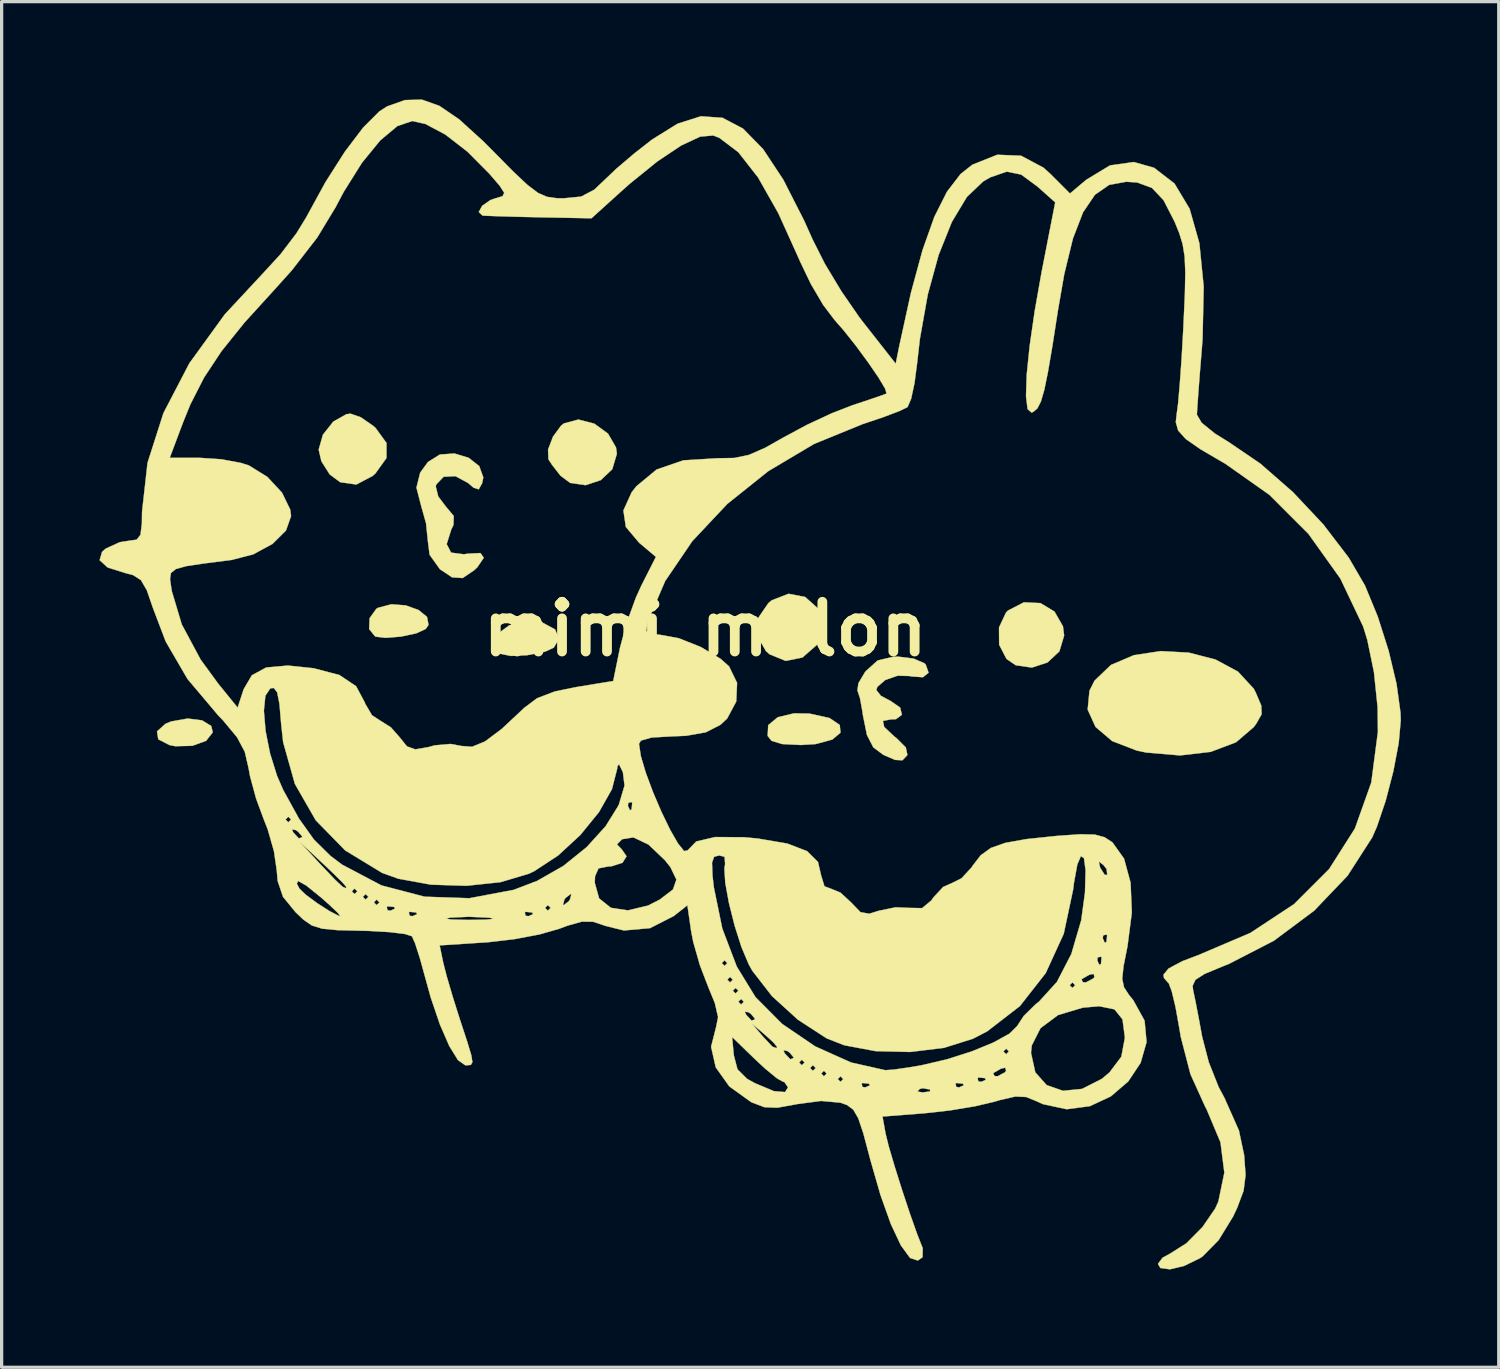
<source format=kicad_pcb>
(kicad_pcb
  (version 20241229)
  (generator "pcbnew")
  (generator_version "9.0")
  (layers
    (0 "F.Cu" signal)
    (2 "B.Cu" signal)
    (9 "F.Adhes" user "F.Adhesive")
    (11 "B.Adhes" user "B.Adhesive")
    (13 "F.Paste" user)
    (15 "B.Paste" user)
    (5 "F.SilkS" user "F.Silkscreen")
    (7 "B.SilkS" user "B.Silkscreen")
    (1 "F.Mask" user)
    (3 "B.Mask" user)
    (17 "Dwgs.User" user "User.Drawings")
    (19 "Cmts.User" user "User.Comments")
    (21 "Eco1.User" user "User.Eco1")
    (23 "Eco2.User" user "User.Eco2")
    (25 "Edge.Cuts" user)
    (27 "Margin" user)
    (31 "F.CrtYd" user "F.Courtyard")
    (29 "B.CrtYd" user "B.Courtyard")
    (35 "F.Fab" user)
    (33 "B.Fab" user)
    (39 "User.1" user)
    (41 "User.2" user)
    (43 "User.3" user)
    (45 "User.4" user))
  (footprint "mimi_melon"
    (layer "F.Cu")
    (at 18.576 16.24)
    (property "Reference" "mimi_melon" (at 0 0 0) (layer "F.SilkS") (effects (font (size 1.524 1.524) (thickness 0.3))))
    (attr through_hole)
    (fp_poly (pts (xy -15.428 2.801) (xy -15.148 2.974) (xy -15.102 3.169) (xy -15.306 3.428) (xy -15.727 3.581) (xy -16.249 3.593) (xy -16.425 3.56) (xy -16.772 3.382) (xy -16.812 3.14) (xy -16.551 2.906) (xy -16.376 2.834) (xy -15.87 2.745) (xy -15.428 2.801)) (stroke (width 0.01) (type solid)) (fill yes) (layer "F.SilkS"))
    (fp_poly (pts (xy 3.196 2.593) (xy 3.812 2.729) (xy 4.125 2.94) (xy 4.15 3.177) (xy 3.899 3.389) (xy 3.386 3.528) (xy 2.937 3.556) (xy 2.356 3.527) (xy 2.035 3.428) (xy 1.915 3.278) (xy 1.932 2.948) (xy 2.222 2.706) (xy 2.724 2.585) (xy 3.196 2.593)) (stroke (width 0.01) (type solid)) (fill yes) (layer "F.SilkS"))
    (fp_poly (pts (xy -9.182 -0.725) (xy -8.79 -0.583) (xy -8.531 -0.372) (xy -8.485 -0.128) (xy -8.571 -0.002) (xy -8.86 0.132) (xy -9.324 0.231) (xy -9.801 0.271) (xy -10.118 0.232) (xy -10.306 0.002) (xy -10.291 -0.333) (xy -10.088 -0.618) (xy -10.033 -0.651) (xy -9.623 -0.759) (xy -9.182 -0.725)) (stroke (width 0.01) (type solid)) (fill yes) (layer "F.SilkS"))
    (fp_poly (pts (xy -5.045 -0.212) (xy -4.995 -0.199) (xy -4.604 0.012) (xy -4.482 0.298) (xy -4.641 0.568) (xy -4.911 0.695) (xy -5.458 0.802) (xy -5.958 0.825) (xy -6.285 0.76) (xy -6.322 0.734) (xy -6.464 0.424) (xy -6.338 0.127) (xy -6.014 -0.111) (xy -5.56 -0.24) (xy -5.045 -0.212)) (stroke (width 0.01) (type solid)) (fill yes) (layer "F.SilkS"))
    (fp_poly (pts (xy 10.28 -0.795) (xy 10.711 -0.536) (xy 10.971 -0.083) (xy 11.007 0.199) (xy 10.862 0.684) (xy 10.498 1.025) (xy 10.017 1.182) (xy 9.523 1.11) (xy 9.241 0.919) (xy 9.014 0.481) (xy 9.01 -0.047) (xy 9.224 -0.504) (xy 9.284 -0.566) (xy 9.773 -0.819) (xy 10.28 -0.795)) (stroke (width 0.01) (type solid)) (fill yes) (layer "F.SilkS"))
    (fp_poly (pts (xy 3.065 -0.983) (xy 3.48 -0.613) (xy 3.587 -0.422) (xy 3.691 -0.067) (xy 3.589 0.254) (xy 3.442 0.471) (xy 2.982 0.873) (xy 2.467 0.977) (xy 1.971 0.773) (xy 1.863 0.677) (xy 1.585 0.196) (xy 1.613 -0.323) (xy 1.938 -0.796) (xy 2.041 -0.881) (xy 2.554 -1.081) (xy 3.065 -0.983)) (stroke (width 0.01) (type solid)) (fill yes) (layer "F.SilkS"))
    (fp_poly (pts (xy -10.563 -6.495) (xy -10.174 -6.225) (xy -10.109 -6.167) (xy -9.773 -5.704) (xy -9.775 -5.243) (xy -10.113 -4.772) (xy -10.193 -4.699) (xy -10.698 -4.432) (xy -11.192 -4.502) (xy -11.515 -4.741) (xy -11.771 -5.145) (xy -11.853 -5.503) (xy -11.723 -5.96) (xy -11.405 -6.361) (xy -11.004 -6.588) (xy -10.878 -6.604) (xy -10.563 -6.495)) (stroke (width 0.01) (type solid)) (fill yes) (layer "F.SilkS"))
    (fp_poly (pts (xy -3.402 -6.299) (xy -2.981 -5.993) (xy -2.735 -5.568) (xy -2.709 -5.375) (xy -2.85 -4.9) (xy -3.204 -4.566) (xy -3.669 -4.412) (xy -4.141 -4.481) (xy -4.435 -4.699) (xy -4.692 -5.028) (xy -4.808 -5.204) (xy -4.819 -5.504) (xy -4.667 -5.901) (xy -4.418 -6.239) (xy -4.335 -6.305) (xy -3.889 -6.424) (xy -3.402 -6.299)) (stroke (width 0.01) (type solid)) (fill yes) (layer "F.SilkS"))
    (fp_poly (pts (xy 14.831 0.724) (xy 15.647 0.935) (xy 16.337 1.305) (xy 16.82 1.828) (xy 16.879 1.94) (xy 17.053 2.347) (xy 17.063 2.614) (xy 16.899 2.902) (xy 16.822 3.007) (xy 16.279 3.472) (xy 15.504 3.766) (xy 14.565 3.876) (xy 13.529 3.788) (xy 13.229 3.725) (xy 12.479 3.435) (xy 11.97 3.002) (xy 11.729 2.472) (xy 11.784 1.891) (xy 11.939 1.584) (xy 12.443 1.101) (xy 13.148 0.801) (xy 13.971 0.677) (xy 14.831 0.724)) (stroke (width 0.01) (type solid)) (fill yes) (layer "F.SilkS"))
    (fp_poly (pts (xy -7.256 -5.252) (xy -6.93 -4.996) (xy -6.805 -4.651) (xy -6.841 -4.471) (xy -6.945 -4.284) (xy -7.103 -4.334) (xy -7.272 -4.479) (xy -7.659 -4.688) (xy -8.022 -4.669) (xy -8.246 -4.435) (xy -8.263 -4.374) (xy -8.187 -4.065) (xy -7.954 -3.757) (xy -7.711 -3.466) (xy -7.72 -3.194) (xy -7.788 -3.051) (xy -7.928 -2.604) (xy -7.793 -2.343) (xy -7.4 -2.292) (xy -7.288 -2.31) (xy -6.893 -2.33) (xy -6.79 -2.185) (xy -6.988 -1.895) (xy -7.083 -1.804) (xy -7.437 -1.564) (xy -7.763 -1.586) (xy -8.136 -1.835) (xy -8.452 -2.278) (xy -8.504 -2.688) (xy -8.561 -3.244) (xy -8.71 -3.774) (xy -8.855 -4.335) (xy -8.741 -4.794) (xy -8.503 -5.122) (xy -8.136 -5.352) (xy -7.689 -5.383) (xy -7.256 -5.252)) (stroke (width 0.01) (type solid)) (fill yes) (layer "F.SilkS"))
    (fp_poly (pts (xy 6.391 0.906) (xy 6.726 1.052) (xy 6.761 1.086) (xy 6.85 1.339) (xy 6.677 1.478) (xy 6.309 1.452) (xy 6.27 1.441) (xy 5.9 1.431) (xy 5.522 1.563) (xy 5.277 1.775) (xy 5.249 1.873) (xy 5.39 2.049) (xy 5.686 2.207) (xy 5.978 2.408) (xy 6.032 2.629) (xy 5.848 2.765) (xy 5.697 2.77) (xy 5.45 2.817) (xy 5.489 3.003) (xy 5.806 3.301) (xy 5.868 3.347) (xy 6.152 3.631) (xy 6.2 3.862) (xy 6.196 3.869) (xy 6.048 4.025) (xy 5.823 4.013) (xy 5.465 3.859) (xy 5.156 3.63) (xy 4.96 3.25) (xy 4.834 2.631) (xy 4.821 2.531) (xy 4.747 2.121) (xy 4.667 1.879) (xy 4.699 1.66) (xy 4.899 1.324) (xy 4.925 1.29) (xy 5.29 0.963) (xy 5.774 0.85) (xy 5.918 0.847) (xy 6.391 0.906)) (stroke (width 0.01) (type solid)) (fill yes) (layer "F.SilkS"))
    (fp_poly (pts (xy -8.154 -16.045) (xy -7.547 -15.631) (xy -6.818 -14.969) (xy -6.483 -14.633) (xy -5.88 -14.023) (xy -5.449 -13.618) (xy -5.127 -13.375) (xy -4.852 -13.254) (xy -4.562 -13.212) (xy -4.355 -13.208) (xy -3.806 -13.261) (xy -3.401 -13.473) (xy -3.122 -13.739) (xy -2.724 -14.117) (xy -2.174 -14.585) (xy -1.632 -15.009) (xy -0.847 -15.497) (xy -0.132 -15.724) (xy 0.531 -15.677) (xy 1.16 -15.346) (xy 1.775 -14.718) (xy 2.393 -13.783) (xy 3.032 -12.528) (xy 3.298 -11.936) (xy 3.67 -11.199) (xy 4.173 -10.363) (xy 4.711 -9.582) (xy 4.842 -9.41) (xy 5.842 -8.137) (xy 5.952 -8.683) (xy 6.307 -10.303) (xy 6.662 -11.612) (xy 7.026 -12.638) (xy 7.413 -13.409) (xy 7.831 -13.953) (xy 8.191 -14.238) (xy 8.956 -14.544) (xy 9.688 -14.514) (xy 10.373 -14.148) (xy 10.583 -13.959) (xy 11.186 -13.356) (xy 11.685 -13.776) (xy 12.412 -14.217) (xy 13.143 -14.321) (xy 13.765 -14.145) (xy 14.391 -13.662) (xy 14.855 -12.888) (xy 15.154 -11.831) (xy 15.287 -10.498) (xy 15.252 -8.897) (xy 15.231 -8.618) (xy 15.169 -7.855) (xy 15.119 -7.199) (xy 15.087 -6.736) (xy 15.078 -6.574) (xy 15.222 -6.327) (xy 15.628 -5.997) (xy 16.044 -5.739) (xy 17.025 -5.072) (xy 18.023 -4.199) (xy 18.955 -3.208) (xy 19.735 -2.188) (xy 20.234 -1.331) (xy 20.625 -0.38) (xy 20.958 0.665) (xy 21.201 1.685) (xy 21.322 2.564) (xy 21.33 2.794) (xy 21.268 3.491) (xy 21.103 4.36) (xy 20.869 5.261) (xy 20.6 6.057) (xy 20.454 6.391) (xy 19.699 7.565) (xy 18.672 8.64) (xy 17.437 9.56) (xy 16.059 10.27) (xy 15.864 10.347) (xy 15.318 10.574) (xy 15.034 10.755) (xy 14.947 10.941) (xy 14.963 11.077) (xy 15.037 11.427) (xy 15.143 11.98) (xy 15.239 12.502) (xy 15.442 13.282) (xy 15.745 14.046) (xy 15.922 14.375) (xy 16.367 15.378) (xy 16.527 16.134) (xy 16.571 16.744) (xy 16.51 17.226) (xy 16.312 17.753) (xy 16.186 18.02) (xy 15.745 18.739) (xy 15.255 19.238) (xy 15.17 19.295) (xy 14.685 19.531) (xy 14.251 19.635) (xy 13.958 19.595) (xy 13.885 19.469) (xy 14.024 19.281) (xy 14.266 19.148) (xy 14.756 18.837) (xy 15.253 18.335) (xy 15.641 17.769) (xy 15.737 17.557) (xy 15.92 16.671) (xy 15.802 15.741) (xy 15.376 14.728) (xy 15.337 14.658) (xy 14.881 13.652) (xy 14.585 12.51) (xy 14.537 12.229) (xy 14.423 11.593) (xy 14.308 11.11) (xy 14.212 10.857) (xy 14.187 10.837) (xy 14.068 10.701) (xy 14.055 10.597) (xy 14.21 10.41) (xy 14.636 10.184) (xy 15.113 10.003) (xy 16.717 9.32) (xy 18.06 8.435) (xy 19.132 7.363) (xy 19.924 6.117) (xy 20.426 4.708) (xy 20.629 3.152) (xy 20.62 2.401) (xy 20.508 1.322) (xy 20.305 0.336) (xy 20.177 -0.078) (xy 19.477 -1.549) (xy 18.499 -2.918) (xy 17.302 -4.115) (xy 15.945 -5.072) (xy 15.888 -5.104) (xy 15.185 -5.515) (xy 14.739 -5.826) (xy 14.504 -6.086) (xy 14.431 -6.344) (xy 14.458 -6.588) (xy 14.502 -6.918) (xy 14.553 -7.507) (xy 14.608 -8.278) (xy 14.658 -9.152) (xy 14.666 -9.313) (xy 14.709 -10.252) (xy 14.723 -10.928) (xy 14.703 -11.42) (xy 14.641 -11.804) (xy 14.532 -12.155) (xy 14.393 -12.495) (xy 14.057 -13.149) (xy 13.7 -13.528) (xy 13.248 -13.694) (xy 12.912 -13.716) (xy 12.389 -13.621) (xy 11.951 -13.317) (xy 11.586 -12.778) (xy 11.277 -11.976) (xy 11.011 -10.886) (xy 10.817 -9.771) (xy 10.648 -8.685) (xy 10.512 -7.888) (xy 10.399 -7.334) (xy 10.294 -6.976) (xy 10.188 -6.767) (xy 10.067 -6.663) (xy 10.007 -6.637) (xy 9.886 -6.744) (xy 9.838 -7.144) (xy 9.86 -7.804) (xy 9.95 -8.686) (xy 10.105 -9.755) (xy 10.321 -10.976) (xy 10.35 -11.121) (xy 10.733 -13.084) (xy 10.19 -13.569) (xy 9.689 -13.937) (xy 9.247 -14.027) (xy 8.744 -13.853) (xy 8.528 -13.729) (xy 8.026 -13.253) (xy 7.564 -12.485) (xy 7.158 -11.471) (xy 6.825 -10.257) (xy 6.582 -8.888) (xy 6.5 -8.164) (xy 6.419 -7.545) (xy 6.315 -7.061) (xy 6.207 -6.81) (xy 6.199 -6.802) (xy 5.953 -6.684) (xy 5.481 -6.505) (xy 4.881 -6.302) (xy 4.826 -6.284) (xy 3.336 -5.675) (xy 1.936 -4.843) (xy 0.676 -3.835) (xy -0.396 -2.695) (xy -1.228 -1.471) (xy -1.77 -0.212) (xy -1.807 0.062) (xy -1.632 0.162) (xy -1.408 0.173) (xy -0.811 0.282) (xy -0.131 0.553) (xy 0.471 0.913) (xy 0.732 1.146) (xy 0.977 1.651) (xy 0.952 2.222) (xy 0.673 2.745) (xy 0.468 2.936) (xy 0.021 3.166) (xy -0.586 3.274) (xy -1.013 3.291) (xy -1.645 3.327) (xy -1.97 3.42) (xy -2.031 3.519) (xy -1.974 3.896) (xy -1.82 4.414) (xy -1.599 5.006) (xy -1.341 5.608) (xy -1.077 6.153) (xy -0.835 6.575) (xy -0.647 6.809) (xy -0.542 6.79) (xy -0.273 6.514) (xy 0.305 6.379) (xy 1.19 6.385) (xy 1.61 6.424) (xy 2.517 6.578) (xy 3.123 6.811) (xy 3.458 7.142) (xy 3.556 7.562) (xy 3.657 7.89) (xy 3.846 7.959) (xy 4.147 8.083) (xy 4.473 8.382) (xy 4.483 8.393) (xy 4.761 8.682) (xy 5.03 8.731) (xy 5.323 8.64) (xy 5.836 8.534) (xy 6.27 8.552) (xy 6.652 8.559) (xy 6.935 8.323) (xy 7.007 8.221) (xy 7.298 7.909) (xy 7.582 7.783) (xy 7.859 7.645) (xy 8.164 7.316) (xy 8.213 7.243) (xy 8.453 6.934) (xy 8.762 6.713) (xy 9.205 6.557) (xy 9.85 6.442) (xy 10.764 6.346) (xy 10.813 6.342) (xy 11.502 6.294) (xy 11.95 6.304) (xy 12.248 6.385) (xy 12.489 6.543) (xy 12.844 7.04) (xy 13.045 7.78) (xy 13.083 8.697) (xy 12.95 9.728) (xy 12.949 9.733) (xy 12.828 10.342) (xy 12.788 10.725) (xy 12.843 10.986) (xy 13.002 11.229) (xy 13.127 11.381) (xy 13.474 12.01) (xy 13.535 12.666) (xy 13.353 13.303) (xy 12.973 13.874) (xy 12.439 14.332) (xy 11.795 14.632) (xy 11.085 14.726) (xy 10.354 14.569) (xy 10.177 14.487) (xy 9.844 14.351) (xy 9.513 14.336) (xy 9.043 14.443) (xy 8.873 14.494) (xy 8.274 14.635) (xy 7.504 14.763) (xy 6.74 14.848) (xy 5.437 14.95) (xy 5.532 15.476) (xy 5.629 15.868) (xy 5.808 16.475) (xy 6.034 17.193) (xy 6.275 17.919) (xy 6.497 18.548) (xy 6.666 18.978) (xy 6.67 18.986) (xy 6.665 19.265) (xy 6.519 19.365) (xy 6.281 19.285) (xy 6.002 18.903) (xy 5.695 18.252) (xy 5.377 17.363) (xy 5.062 16.269) (xy 5.036 16.169) (xy 4.846 15.454) (xy 4.693 15.001) (xy 4.54 14.738) (xy 4.35 14.597) (xy 4.147 14.525) (xy 3.555 14.471) (xy 2.8 14.571) (xy 2.782 14.576) (xy 2.212 14.679) (xy 1.813 14.663) (xy 1.434 14.519) (xy 1.4 14.501) (xy 0.739 14.026) (xy 0.323 13.441) (xy 0.18 12.809) (xy 0.257 12.509) (xy 0.824 12.509) (xy 0.877 13.07) (xy 0.989 13.5) (xy 1.286 13.795) (xy 1.524 13.927) (xy 2.109 14.172) (xy 2.449 14.2) (xy 2.459 14.184) (xy 6.508 14.184) (xy 6.675 14.211) (xy 6.894 14.179) (xy 6.897 14.122) (xy 6.67 14.081) (xy 6.572 14.108) (xy 6.508 14.184) (xy 2.459 14.184) (xy 2.54 14.055) (xy 2.462 13.942) (xy 4.798 13.942) (xy 4.821 14.042) (xy 4.911 14.055) (xy 5.05 13.993) (xy 5.024 13.942) (xy 7.676 13.942) (xy 7.7 14.042) (xy 7.789 14.055) (xy 7.929 13.993) (xy 7.902 13.942) (xy 7.701 13.922) (xy 7.676 13.942) (xy 5.024 13.942) (xy 4.823 13.922) (xy 4.798 13.942) (xy 2.462 13.942) (xy 2.426 13.89) (xy 2.391 13.885) (xy 2.242 13.801) (xy 4.064 13.801) (xy 4.149 13.885) (xy 4.233 13.801) (xy 4.205 13.772) (xy 8.354 13.772) (xy 8.377 13.873) (xy 8.467 13.885) (xy 8.606 13.823) (xy 8.58 13.772) (xy 8.379 13.752) (xy 8.354 13.772) (xy 4.205 13.772) (xy 4.149 13.716) (xy 4.064 13.801) (xy 2.242 13.801) (xy 2.198 13.776) (xy 2.021 13.631) (xy 3.556 13.631) (xy 3.641 13.716) (xy 3.725 13.631) (xy 3.713 13.619) (xy 8.83 13.619) (xy 8.87 13.707) (xy 8.965 13.716) (xy 9.194 13.593) (xy 9.227 13.549) (xy 9.2 13.452) (xy 9.068 13.482) (xy 8.83 13.619) (xy 3.713 13.619) (xy 3.641 13.547) (xy 3.556 13.631) (xy 2.021 13.631) (xy 1.852 13.492) (xy 1.819 13.462) (xy 3.217 13.462) (xy 3.302 13.547) (xy 3.387 13.462) (xy 3.302 13.377) (xy 3.217 13.462) (xy 1.819 13.462) (xy 1.636 13.293) (xy 2.879 13.293) (xy 2.963 13.377) (xy 3.048 13.293) (xy 2.963 13.208) (xy 2.879 13.293) (xy 1.636 13.293) (xy 1.533 13.197) (xy 1.245 12.918) (xy 2.398 12.918) (xy 2.439 13.013) (xy 2.61 13.194) (xy 2.708 13.157) (xy 2.709 13.133) (xy 2.589 12.99) (xy 2.514 12.938) (xy 2.398 12.918) (xy 1.245 12.918) (xy 0.824 12.509) (xy 0.257 12.509) (xy 0.336 12.196) (xy 0.354 12.107) (xy 1.439 12.107) (xy 1.762 12.488) (xy 2.062 12.808) (xy 2.193 12.854) (xy 2.201 12.811) (xy 2.087 12.673) (xy 1.82 12.43) (xy 1.439 12.107) (xy 0.354 12.107) (xy 0.395 11.9) (xy 0.356 11.733) (xy 1.213 11.733) (xy 1.254 11.827) (xy 1.424 12.009) (xy 1.522 11.972) (xy 1.524 11.948) (xy 1.404 11.805) (xy 1.329 11.752) (xy 1.213 11.733) (xy 0.356 11.733) (xy 0.293 11.461) (xy 0.28 11.43) (xy 1.016 11.43) (xy 1.101 11.515) (xy 1.185 11.43) (xy 1.101 11.345) (xy 1.016 11.43) (xy 0.28 11.43) (xy 0.14 11.091) (xy 0.847 11.091) (xy 0.931 11.176) (xy 1.016 11.091) (xy 0.931 11.007) (xy 0.847 11.091) (xy 0.14 11.091) (xy 0.095 10.98) (xy 0.007 10.753) (xy 0.677 10.753) (xy 0.762 10.837) (xy 0.847 10.753) (xy 0.762 10.668) (xy 0.677 10.753) (xy 0.007 10.753) (xy -0.163 10.308) (xy -0.181 10.245) (xy 0.508 10.245) (xy 0.593 10.329) (xy 0.677 10.245) (xy 0.593 10.16) (xy 0.508 10.245) (xy -0.181 10.245) (xy -0.365 9.603) (xy -0.43 9.274) (xy -0.546 8.472) (xy -0.967 8.803) (xy -1.692 9.172) (xy -2.494 9.244) (xy -3.056 9.104) (xy -3.438 8.977) (xy -3.779 8.972) (xy -4.221 9.096) (xy -4.484 9.194) (xy -5.078 9.364) (xy -5.853 9.511) (xy -6.653 9.604) (xy -6.739 9.61) (xy -8.144 9.701) (xy -8.035 10.227) (xy -7.927 10.649) (xy -7.747 11.263) (xy -7.533 11.941) (xy -7.519 11.984) (xy -7.298 12.655) (xy -7.174 13.066) (xy -7.139 13.282) (xy -7.186 13.365) (xy -7.308 13.378) (xy -7.358 13.377) (xy -7.581 13.221) (xy -7.849 12.786) (xy -8.135 12.129) (xy -8.416 11.303) (xy -8.589 10.678) (xy -8.75 10.094) (xy -8.896 9.641) (xy -8.993 9.421) (xy -9.208 9.352) (xy -9.674 9.295) (xy -10.307 9.258) (xy -10.565 9.252) (xy -11.278 9.234) (xy -11.745 9.189) (xy -12.062 9.091) (xy -12.322 8.912) (xy -12.351 8.884) (xy -7.952 8.884) (xy -7.77 8.908) (xy -7.329 8.919) (xy -7.197 8.919) (xy -6.716 8.911) (xy -6.499 8.889) (xy -6.579 8.86) (xy -6.65 8.851) (xy -7.248 8.824) (xy -7.816 8.85) (xy -7.835 8.852) (xy -7.952 8.884) (xy -12.351 8.884) (xy -12.565 8.68) (xy -12.948 8.211) (xy -13.083 7.81) (xy -12.523 7.81) (xy -12.444 7.961) (xy -12.248 8.149) (xy -11.898 8.407) (xy -11.52 8.65) (xy -11.24 8.794) (xy -11.19 8.805) (xy -11.265 8.706) (xy -11.279 8.692) (xy -9.088 8.692) (xy -9.064 8.793) (xy -8.975 8.805) (xy -8.835 8.743) (xy -8.862 8.692) (xy -5.532 8.692) (xy -5.508 8.793) (xy -5.419 8.805) (xy -5.279 8.743) (xy -5.306 8.692) (xy -5.507 8.672) (xy -5.532 8.692) (xy -8.862 8.692) (xy -9.063 8.672) (xy -9.088 8.692) (xy -11.279 8.692) (xy -11.457 8.523) (xy -9.765 8.523) (xy -9.742 8.624) (xy -9.652 8.636) (xy -9.513 8.574) (xy -9.524 8.551) (xy -4.911 8.551) (xy -4.826 8.636) (xy -4.741 8.551) (xy -4.826 8.467) (xy -4.911 8.551) (xy -9.524 8.551) (xy -9.539 8.523) (xy -9.74 8.503) (xy -9.765 8.523) (xy -11.457 8.523) (xy -11.531 8.452) (xy -11.611 8.382) (xy -10.16 8.382) (xy -10.075 8.467) (xy -10.064 8.456) (xy -4.361 8.456) (xy -4.338 8.467) (xy -4.183 8.347) (xy -4.149 8.297) (xy -4.106 8.139) (xy -4.129 8.128) (xy -4.283 8.247) (xy -4.318 8.297) (xy -4.361 8.456) (xy -10.064 8.456) (xy -9.991 8.382) (xy -10.075 8.297) (xy -10.16 8.382) (xy -11.611 8.382) (xy -11.783 8.23) (xy -11.804 8.213) (xy -10.499 8.213) (xy -10.414 8.297) (xy -10.329 8.213) (xy -10.414 8.128) (xy -10.499 8.213) (xy -11.804 8.213) (xy -12.014 8.043) (xy -10.837 8.043) (xy -10.753 8.128) (xy -10.668 8.043) (xy -10.753 7.959) (xy -10.837 8.043) (xy -12.014 8.043) (xy -12.232 7.867) (xy -12.485 7.725) (xy -12.523 7.81) (xy -13.083 7.81) (xy -13.112 7.724) (xy -13.138 7.41) (xy -13.224 6.816) (xy -13.309 6.519) (xy -12.446 6.519) (xy -11.777 7.239) (xy -11.358 7.68) (xy -11.12 7.904) (xy -11.019 7.949) (xy -11.007 7.908) (xy -11.12 7.776) (xy -11.414 7.485) (xy -11.726 7.189) (xy -12.446 6.519) (xy -13.309 6.519) (xy -13.416 6.145) (xy -12.673 6.145) (xy -12.632 6.239) (xy -12.461 6.421) (xy -12.363 6.384) (xy -12.361 6.36) (xy -12.482 6.217) (xy -12.557 6.164) (xy -12.673 6.145) (xy -13.416 6.145) (xy -13.418 6.14) (xy -13.531 5.853) (xy -13.535 5.842) (xy -12.869 5.842) (xy -12.785 5.927) (xy -12.7 5.842) (xy -12.785 5.757) (xy -12.869 5.842) (xy -13.535 5.842) (xy -13.773 5.198) (xy -13.958 4.514) (xy -14.005 4.258) (xy -14.12 3.763) (xy -14.357 3.318) (xy -14.78 2.809) (xy -14.943 2.639) (xy -15.054 2.506) (xy -13.534 2.506) (xy -13.482 3.125) (xy -13.344 3.818) (xy -13.129 4.505) (xy -12.941 4.936) (xy -12.457 5.815) (xy -11.997 6.458) (xy -11.49 6.958) (xy -11.137 7.224) (xy -9.928 7.862) (xy -8.605 8.208) (xy -7.233 8.255) (xy -5.875 7.999) (xy -5.303 7.781) (xy -3.387 7.781) (xy -3.253 8.261) (xy -2.893 8.549) (xy -2.372 8.628) (xy -1.752 8.48) (xy -1.397 8.299) (xy -0.989 7.988) (xy -0.883 7.684) (xy -1.067 7.302) (xy -1.177 7.163) (xy 0.209 7.163) (xy 0.223 7.554) (xy 0.264 7.916) (xy 0.524 9.185) (xy 0.967 10.349) (xy 1.542 11.288) (xy 2.361 12.111) (xy 3.374 12.799) (xy 4.474 13.293) (xy 5.523 13.529) (xy 5.785 13.51) (xy 6.257 13.442) (xy 6.623 13.38) (xy 7.412 13.196) (xy 8.171 12.954) (xy 9.144 12.954) (xy 9.229 13.039) (xy 9.269 12.999) (xy 9.991 12.999) (xy 10.122 13.593) (xy 10.47 13.985) (xy 10.971 14.161) (xy 11.558 14.102) (xy 12.165 13.793) (xy 12.398 13.597) (xy 12.761 13.115) (xy 12.869 12.542) (xy 12.869 12.52) (xy 12.797 11.969) (xy 12.551 11.663) (xy 12.083 11.567) (xy 11.578 11.611) (xy 10.82 11.839) (xy 10.283 12.239) (xy 10.014 12.771) (xy 9.991 12.999) (xy 9.269 12.999) (xy 9.313 12.954) (xy 9.229 12.869) (xy 9.144 12.954) (xy 8.171 12.954) (xy 8.177 12.952) (xy 8.843 12.678) (xy 9.334 12.406) (xy 9.574 12.167) (xy 9.58 12.152) (xy 9.77 11.863) (xy 10.125 11.514) (xy 10.238 11.424) (xy 10.694 10.922) (xy 11.176 10.922) (xy 11.261 11.007) (xy 11.345 10.922) (xy 11.261 10.837) (xy 11.176 10.922) (xy 10.694 10.922) (xy 10.787 10.82) (xy 10.828 10.74) (xy 11.539 10.74) (xy 11.579 10.828) (xy 11.674 10.837) (xy 11.904 10.714) (xy 11.937 10.67) (xy 11.91 10.574) (xy 11.777 10.603) (xy 11.539 10.74) (xy 10.828 10.74) (xy 11.127 10.16) (xy 12.023 10.16) (xy 12.085 10.299) (xy 12.136 10.273) (xy 12.156 10.072) (xy 12.136 10.047) (xy 12.035 10.07) (xy 12.023 10.16) (xy 11.127 10.16) (xy 11.228 9.964) (xy 11.369 9.483) (xy 12.192 9.483) (xy 12.254 9.622) (xy 12.305 9.596) (xy 12.325 9.395) (xy 12.305 9.37) (xy 12.204 9.393) (xy 12.192 9.483) (xy 11.369 9.483) (xy 11.531 8.931) (xy 11.646 8.086) (xy 11.665 7.403) (xy 11.629 7.129) (xy 12.071 7.129) (xy 12.106 7.299) (xy 12.118 7.331) (xy 12.252 7.538) (xy 12.329 7.54) (xy 12.31 7.361) (xy 12.213 7.236) (xy 12.071 7.129) (xy 11.629 7.129) (xy 11.615 7.026) (xy 11.522 6.962) (xy 11.411 7.219) (xy 11.305 7.803) (xy 11.285 7.979) (xy 10.995 9.345) (xy 10.442 10.552) (xy 9.65 11.563) (xy 8.648 12.337) (xy 8.213 12.563) (xy 7.32 12.844) (xy 6.283 12.97) (xy 5.224 12.944) (xy 4.264 12.764) (xy 3.725 12.553) (xy 2.841 11.979) (xy 2.045 11.254) (xy 1.446 10.481) (xy 1.339 10.291) (xy 1.113 9.757) (xy 0.902 9.095) (xy 0.728 8.403) (xy 0.615 7.782) (xy 0.588 7.333) (xy 0.61 7.211) (xy 0.595 6.986) (xy 0.429 6.943) (xy 0.273 6.985) (xy 0.209 7.163) (xy -1.177 7.163) (xy -1.234 7.091) (xy -1.741 6.608) (xy -2.201 6.39) (xy -2.549 6.446) (xy -2.706 6.604) (xy -2.561 6.754) (xy -2.412 6.969) (xy -2.537 7.168) (xy -2.877 7.277) (xy -2.973 7.281) (xy -3.271 7.339) (xy -3.378 7.581) (xy -3.387 7.781) (xy -5.303 7.781) (xy -5.161 7.727) (xy -4.353 7.267) (xy -3.635 6.688) (xy -3.054 6.047) (xy -2.664 5.419) (xy -2.371 5.419) (xy -2.309 5.558) (xy -2.258 5.532) (xy -2.238 5.331) (xy -2.258 5.306) (xy -2.358 5.329) (xy -2.371 5.419) (xy -2.664 5.419) (xy -2.652 5.4) (xy -2.474 4.801) (xy -2.524 4.39) (xy -2.644 4.145) (xy -2.694 4.214) (xy -2.699 4.282) (xy -2.859 4.909) (xy -3.257 5.613) (xy -3.83 6.317) (xy -4.513 6.947) (xy -5.242 7.425) (xy -5.404 7.503) (xy -6.278 7.763) (xy -7.325 7.874) (xy -8.413 7.839) (xy -9.41 7.657) (xy -9.906 7.479) (xy -11.042 6.788) (xy -11.942 5.867) (xy -12.583 4.75) (xy -12.943 3.469) (xy -13.002 2.935) (xy -13.056 2.297) (xy -13.126 1.941) (xy -13.229 1.808) (xy -13.336 1.818) (xy -13.488 2.044) (xy -13.534 2.506) (xy -15.054 2.506) (xy -15.876 1.532) (xy -16.544 0.384) (xy -16.934 -0.641) (xy -17.124 -1.191) (xy -17.304 -1.5) (xy -17.544 -1.654) (xy -17.776 -1.715) (xy -18.326 -1.888) (xy -18.571 -2.111) (xy -18.496 -2.366) (xy -18.383 -2.467) (xy -17.953 -2.663) (xy -17.663 -2.709) (xy -17.435 -2.74) (xy -17.318 -2.889) (xy -17.275 -3.239) (xy -17.27 -3.598) (xy -17.102 -5.096) (xy -17.053 -5.249) (xy -16.422 -5.249) (xy -15.487 -5.249) (xy -14.839 -5.206) (xy -14.236 -5.094) (xy -13.993 -5.016) (xy -13.428 -4.666) (xy -12.977 -4.18) (xy -12.725 -3.66) (xy -12.7 -3.464) (xy -12.856 -3.021) (xy -13.27 -2.61) (xy -13.864 -2.289) (xy -14.521 -2.119) (xy -15.356 -2.013) (xy -15.909 -1.93) (xy -16.234 -1.84) (xy -16.384 -1.717) (xy -16.412 -1.532) (xy -16.373 -1.258) (xy -16.356 -1.158) (xy -16.052 -0.141) (xy -15.473 0.938) (xy -14.938 1.671) (xy -14.338 2.41) (xy -14.154 1.846) (xy -13.902 1.418) (xy -13.463 1.18) (xy -12.797 1.12) (xy -12.012 1.202) (xy -11.218 1.41) (xy -10.706 1.753) (xy -10.436 2.258) (xy -10.429 2.287) (xy -10.219 2.643) (xy -9.986 2.796) (xy -9.639 3.015) (xy -9.374 3.315) (xy -9.147 3.598) (xy -8.893 3.69) (xy -8.487 3.621) (xy -8.297 3.567) (xy -7.809 3.524) (xy -7.477 3.586) (xy -7.149 3.611) (xy -6.752 3.447) (xy -6.243 3.066) (xy -5.576 2.442) (xy -5.556 2.421) (xy -5.156 2.122) (xy -4.61 1.914) (xy -3.96 1.781) (xy -2.821 1.594) (xy -2.612 0.569) (xy -2.411 -0.179) (xy -2.128 -0.958) (xy -1.957 -1.335) (xy -1.512 -2.213) (xy -2.026 -2.646) (xy -2.433 -3.129) (xy -2.509 -3.635) (xy -2.256 -4.192) (xy -2.111 -4.378) (xy -1.491 -4.891) (xy -0.671 -5.173) (xy 0.369 -5.237) (xy 0.894 -5.246) (xy 1.344 -5.341) (xy 1.843 -5.56) (xy 2.395 -5.872) (xy 3.114 -6.259) (xy 3.89 -6.62) (xy 4.512 -6.861) (xy 5.041 -7.037) (xy 5.423 -7.168) (xy 5.562 -7.222) (xy 5.517 -7.373) (xy 5.312 -7.716) (xy 4.998 -8.175) (xy 4.628 -8.678) (xy 4.254 -9.15) (xy 3.963 -9.483) (xy 3.618 -9.939) (xy 3.24 -10.582) (xy 2.907 -11.276) (xy 2.889 -11.321) (xy 2.241 -12.754) (xy 1.618 -13.853) (xy 1.017 -14.621) (xy 0.435 -15.062) (xy 0.246 -15.136) (xy -0.154 -15.1) (xy -0.737 -14.828) (xy -1.466 -14.341) (xy -2.305 -13.662) (xy -2.571 -13.426) (xy -3.488 -12.596) (xy -5.088 -12.627) (xy -5.798 -12.643) (xy -6.379 -12.66) (xy -6.748 -12.674) (xy -6.83 -12.68) (xy -6.944 -12.788) (xy -6.84 -12.978) (xy -6.587 -13.155) (xy -6.436 -13.208) (xy -6.214 -13.273) (xy -6.163 -13.377) (xy -6.301 -13.592) (xy -6.618 -13.961) (xy -7.288 -14.636) (xy -7.965 -15.161) (xy -8.579 -15.489) (xy -8.986 -15.579) (xy -9.441 -15.424) (xy -9.966 -14.984) (xy -10.526 -14.299) (xy -11.086 -13.406) (xy -11.336 -12.933) (xy -11.897 -12.007) (xy -12.677 -11) (xy -13.204 -10.414) (xy -14.128 -9.399) (xy -14.834 -8.521) (xy -15.372 -7.706) (xy -15.79 -6.885) (xy -16.007 -6.352) (xy -16.422 -5.249) (xy -17.053 -5.249) (xy -16.614 -6.622) (xy -15.82 -8.148) (xy -14.735 -9.646) (xy -13.548 -10.922) (xy -13.022 -11.495) (xy -12.536 -12.134) (xy -12.241 -12.615) (xy -11.645 -13.704) (xy -11.049 -14.64) (xy -10.489 -15.378) (xy -9.995 -15.872) (xy -9.758 -16.026) (xy -9.208 -16.221) (xy -8.69 -16.235) (xy -8.154 -16.045)) (stroke (width 0.01) (type solid)) (fill yes) (layer "F.SilkS")))
  (gr_rect
    (start -3 -3)
    (end 42.911 38.879)
    (stroke (width 0.1) (type default))
    (fill no)
    (layer "Edge.Cuts")))
</source>
